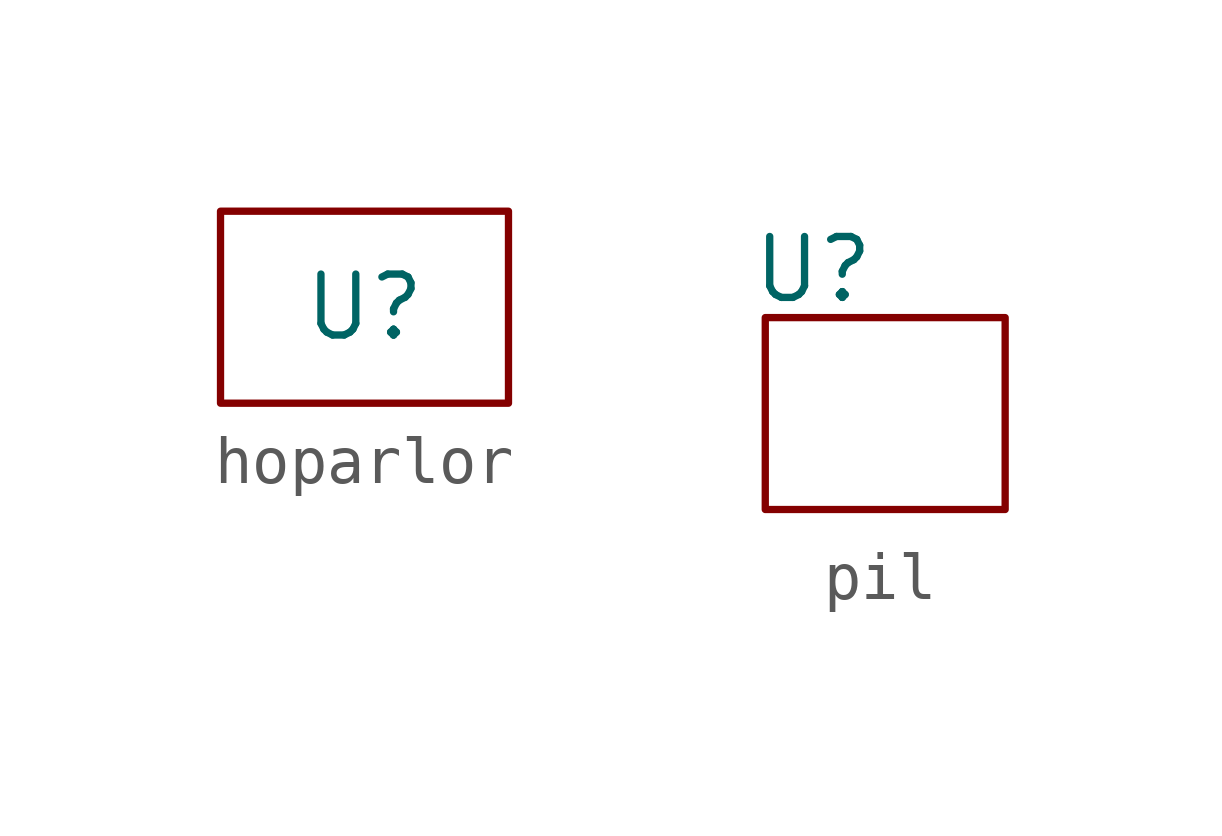
<source format=kicad_sym>
(kicad_symbol_lib
  (version 20220914)
  (generator kicad_symbol_editor)
  (symbol "hoparlor"
    (property "Reference" "U"
      (at 0 0 0)
      (effects (font (size 1.27 1.27))))
    (property "Value" ""
      (at 0 0 0)
      (effects (font (size 1.27 1.27))))
    (symbol "hoparlor_0_1"
      (polyline (pts (xy -3 2) (xy 3 2) (xy 3 -2) (xy -3 -2) (xy -3 2)) (stroke (width 0) (type default)) (fill (type none)))))
  (symbol "pil"
    (property "Reference" "U"
      (at 1 1 0)
      (effects (font (size 1.27 1.27))))
    (property "Value" ""
      (at 0 0 0)
      (effects (font (size 1.27 1.27))))
    (symbol "pil_0_1"
      (polyline (pts (xy 0 0) (xy 5 0) (xy 5 -4) (xy 0 -4) (xy 0 0)) (stroke (width 0) (type default)) (fill (type none))))))
</source>
